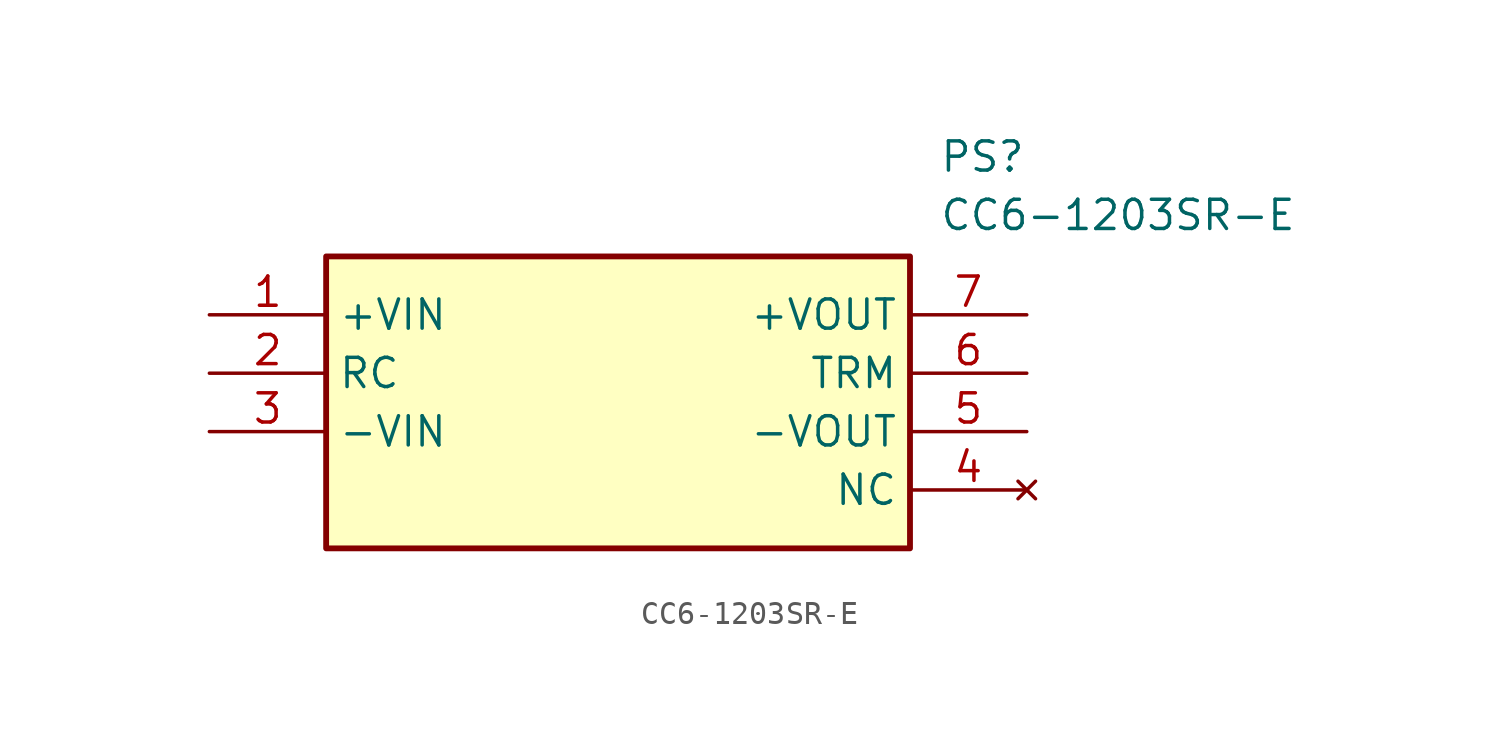
<source format=kicad_sym>
(kicad_symbol_lib
  (version 20211014)
  (generator SamacSys_ECAD_Model)
  (symbol "CC6-1203SR-E"
    (property "Reference" "PS"
      (at 31.75 7.62 0)
      (effects (font (size 1.27 1.27)) (justify left top)))
    (property "Value" "CC6-1203SR-E"
      (at 31.75 5.08 0)
      (effects (font (size 1.27 1.27)) (justify left top)))
    (rectangle
      (start 5.08 2.54)
      (end 30.48 -10.16)
      (stroke (width 0.254) (type default))
      (fill (type background)))
    (pin passive line
      (at 0 0 0)
      (length 5.08)
      (name "+VIN" (effects (font (size 1.27 1.27))))
      (number "1" (effects (font (size 1.27 1.27)))))
    (pin passive line
      (at 0 -2.54 0)
      (length 5.08)
      (name "RC" (effects (font (size 1.27 1.27))))
      (number "2" (effects (font (size 1.27 1.27)))))
    (pin passive line
      (at 0 -5.08 0)
      (length 5.08)
      (name "-VIN" (effects (font (size 1.27 1.27))))
      (number "3" (effects (font (size 1.27 1.27)))))
    (pin no_connect line
      (at 35.56 -7.62 180)
      (length 5.08)
      (name "NC" (effects (font (size 1.27 1.27))))
      (number "4" (effects (font (size 1.27 1.27)))))
    (pin passive line
      (at 35.56 -5.08 180)
      (length 5.08)
      (name "-VOUT" (effects (font (size 1.27 1.27))))
      (number "5" (effects (font (size 1.27 1.27)))))
    (pin passive line
      (at 35.56 -2.54 180)
      (length 5.08)
      (name "TRM" (effects (font (size 1.27 1.27))))
      (number "6" (effects (font (size 1.27 1.27)))))
    (pin passive line
      (at 35.56 0 180)
      (length 5.08)
      (name "+VOUT" (effects (font (size 1.27 1.27))))
      (number "7" (effects (font (size 1.27 1.27)))))))
</source>
